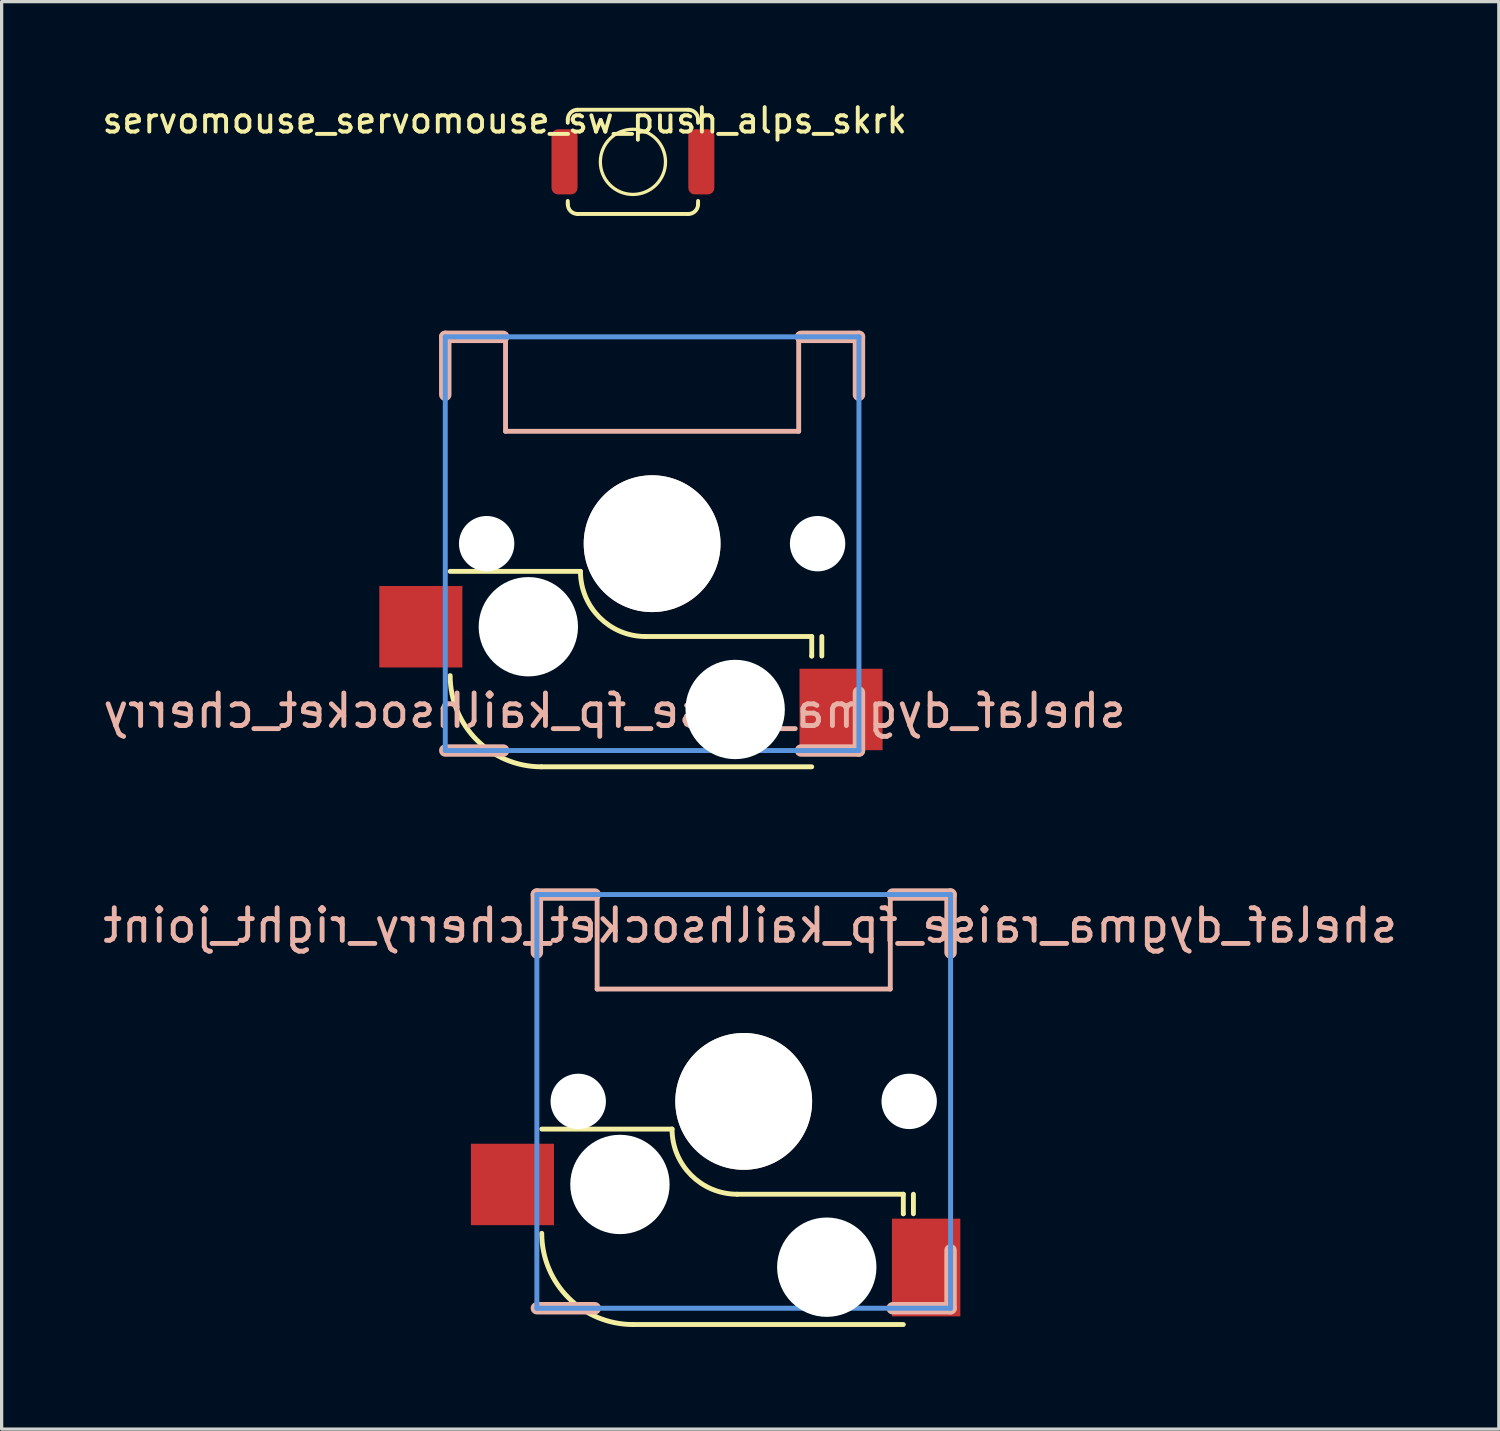
<source format=kicad_pcb>
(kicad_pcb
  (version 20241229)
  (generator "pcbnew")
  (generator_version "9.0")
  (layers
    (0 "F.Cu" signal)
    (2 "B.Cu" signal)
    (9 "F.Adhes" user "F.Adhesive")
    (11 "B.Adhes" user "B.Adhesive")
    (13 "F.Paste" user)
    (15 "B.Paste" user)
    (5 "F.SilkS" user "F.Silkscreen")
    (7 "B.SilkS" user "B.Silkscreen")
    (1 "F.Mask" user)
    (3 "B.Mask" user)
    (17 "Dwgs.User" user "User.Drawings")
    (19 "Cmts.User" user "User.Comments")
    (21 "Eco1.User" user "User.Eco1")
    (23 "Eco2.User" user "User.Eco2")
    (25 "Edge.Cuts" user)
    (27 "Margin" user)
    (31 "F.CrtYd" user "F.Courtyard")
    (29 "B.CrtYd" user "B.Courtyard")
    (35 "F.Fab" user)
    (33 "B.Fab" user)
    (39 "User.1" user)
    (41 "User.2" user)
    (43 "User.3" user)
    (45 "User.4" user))
  (footprint "shelaf_dygma_raise_fp_kailhsocket_cherry"
    (layer "F.Cu")
    (at 16.97 13.641)
    (property "Reference" "shelaf_dygma_raise_fp_kailhsocket_cherry" (at -1.155 5.128 0) (layer "B.SilkS") (effects (font (size 1 1) (thickness 0.15)) (justify mirror)))
    (attr smd)
    (fp_line (start -6.2 0.85) (end -2.2 0.85) (stroke (width 0.15) (type solid)) (layer "F.SilkS"))
    (fp_line (start 4.9 2.85) (end -0.2 2.85) (stroke (width 0.15) (type solid)) (layer "F.SilkS"))
    (fp_line (start 4.9 2.85) (end 4.9 3.45) (stroke (width 0.15) (type solid)) (layer "F.SilkS"))
    (fp_line (start 4.9 3.45) (end 4.9 3.45) (stroke (width 0.15) (type solid)) (layer "F.SilkS"))
    (fp_line (start 4.9 6.85) (end -3.4 6.85) (stroke (width 0.15) (type solid)) (layer "F.SilkS"))
    (fp_line (start 5.21 2.85) (end 5.21 3.45) (stroke (width 0.15) (type solid)) (layer "F.SilkS"))
    (fp_arc (start -3.4 6.85) (mid -5.379899 6.029899) (end -6.2 4.05) (stroke (width 0.15) (type solid)) (layer "F.SilkS"))
    (fp_arc (start -0.2 2.85) (mid -1.614214 2.264214) (end -2.2 0.85) (stroke (width 0.15) (type solid)) (layer "F.SilkS"))
    (fp_line (start -6.35 -6.35) (end -6.35 -4.572) (stroke (width 0.381) (type solid)) (layer "B.SilkS"))
    (fp_line (start -6.35 6.35) (end -4.572 6.35) (stroke (width 0.381) (type solid)) (layer "B.SilkS"))
    (fp_line (start -4.572 -6.35) (end -6.35 -6.35) (stroke (width 0.381) (type solid)) (layer "B.SilkS"))
    (fp_line (start -4.5 -6.35) (end -4.5 -6.35) (stroke (width 0.15) (type solid)) (layer "B.SilkS"))
    (fp_line (start -4.5 -3.45) (end -4.5 -6.35) (stroke (width 0.15) (type solid)) (layer "B.SilkS"))
    (fp_line (start -4.5 -3.45) (end 4.5 -3.45) (stroke (width 0.15) (type solid)) (layer "B.SilkS"))
    (fp_line (start 4.5 -6.4) (end 4.5 -6.4) (stroke (width 0.15) (type solid)) (layer "B.SilkS"))
    (fp_line (start 4.5 -3.45) (end 4.5 -6.4) (stroke (width 0.15) (type solid)) (layer "B.SilkS"))
    (fp_line (start 4.572 6.35) (end 6.35 6.35) (stroke (width 0.381) (type solid)) (layer "B.SilkS"))
    (fp_line (start 6.35 -6.35) (end 4.572 -6.35) (stroke (width 0.381) (type solid)) (layer "B.SilkS"))
    (fp_line (start 6.35 -4.572) (end 6.35 -6.35) (stroke (width 0.381) (type solid)) (layer "B.SilkS"))
    (fp_line (start 6.35 6.35) (end 6.35 4.572) (stroke (width 0.381) (type solid)) (layer "B.SilkS"))
    (fp_line (start -6.35 -6.35) (end -6.35 6.35) (stroke (width 0.152) (type solid)) (layer "Cmts.User"))
    (fp_line (start -6.35 6.35) (end 6.35 6.35) (stroke (width 0.152) (type solid)) (layer "Cmts.User"))
    (fp_line (start 6.35 -6.35) (end -6.35 -6.35) (stroke (width 0.152) (type solid)) (layer "Cmts.User"))
    (fp_line (start 6.35 6.35) (end 6.35 -6.35) (stroke (width 0.152) (type solid)) (layer "Cmts.User"))
    (fp_line (start -6.985 -6.985) (end -6.985 6.985) (stroke (width 0.152) (type solid)) (layer "Eco2.User"))
    (fp_line (start -6.985 6.985) (end 6.985 6.985) (stroke (width 0.152) (type solid)) (layer "Eco2.User"))
    (fp_line (start 6.985 -6.985) (end -6.985 -6.985) (stroke (width 0.152) (type solid)) (layer "Eco2.User"))
    (fp_line (start 6.985 6.985) (end 6.985 -6.985) (stroke (width 0.152) (type solid)) (layer "Eco2.User"))
    (pad "" np_thru_hole circle (at -5.08 0) (size 1.7 1.7) (drill 1.7) (layers "*.Cu" "*.Mask"))
    (pad "" np_thru_hole circle (at -3.8 2.55) (size 3.05 3.05) (drill 3.05) (layers "*.Cu" "*.Mask"))
    (pad "" np_thru_hole circle (at 0 0) (size 4.2 4.2) (drill 4.2) (layers "*.Cu" "*.Mask" "B.SilkS"))
    (pad "" np_thru_hole circle (at 2.55 5.09) (size 3.05 3.05) (drill 3.05) (layers "*.Cu" "*.Mask"))
    (pad "" np_thru_hole circle (at 5.08 0) (size 1.7 1.7) (drill 1.7) (layers "*.Cu" "*.Mask"))
    (pad "1" smd rect (at -7.1 2.55) (size 2.55 2.5) (layers "F.Cu" "F.Mask" "F.Paste"))
    (pad "2" smd rect (at 5.8 5.09) (size 2.55 2.5) (layers "F.Cu" "F.Mask" "F.Paste")))
  (footprint "servomouse_servomouse_sw_push_alps_skrk"
    (layer "F.Cu")
    (at 16.381 1.919)
    (property "Reference" "servomouse_servomouse_sw_push_alps_skrk" (at -3.937 -1.27 0) (layer "F.SilkS") (effects (font (size 0.75 0.75) (thickness 0.12))))
    (attr smd)
    (fp_line (start -2 -1.2) (end -2 -1.3) (stroke (width 0.12) (type solid)) (layer "F.SilkS"))
    (fp_line (start -2 1.3) (end -2 1.2) (stroke (width 0.12) (type solid)) (layer "F.SilkS"))
    (fp_line (start -1.7 -1.6) (end 1.7 -1.6) (stroke (width 0.12) (type solid)) (layer "F.SilkS"))
    (fp_line (start 1.7 1.6) (end -1.7 1.6) (stroke (width 0.12) (type solid)) (layer "F.SilkS"))
    (fp_line (start 2 -1.3) (end 2 -1.2) (stroke (width 0.12) (type solid)) (layer "F.SilkS"))
    (fp_line (start 2 1.2) (end 2 1.3) (stroke (width 0.12) (type solid)) (layer "F.SilkS"))
    (fp_arc (start -2 -1.3) (mid -1.912132 -1.512132) (end -1.7 -1.6) (stroke (width 0.12) (type solid)) (layer "F.SilkS"))
    (fp_arc (start -1.7 1.6) (mid -1.912132 1.512132) (end -2 1.3) (stroke (width 0.12) (type solid)) (layer "F.SilkS"))
    (fp_arc (start 1.7 -1.6) (mid 1.912132 -1.512132) (end 2 -1.3) (stroke (width 0.12) (type solid)) (layer "F.SilkS"))
    (fp_arc (start 2 1.3) (mid 1.912132 1.512132) (end 1.7 1.6) (stroke (width 0.12) (type solid)) (layer "F.SilkS"))
    (fp_circle (center 0 0) (end 1 0) (stroke (width 0.1) (type solid)) (fill no) (layer "F.SilkS"))
    (pad "1" smd roundrect (at -2.1 0) (size 0.8 2) (layers "F.Cu" "F.Mask" "F.Paste") (roundrect_rratio 0.25))
    (pad "2" smd roundrect (at 2.1 0) (size 0.8 2) (layers "F.Cu" "F.Mask" "F.Paste") (roundrect_rratio 0.25)))
  (footprint "shelaf_dygma_raise_fp_kailhsocket_cherry_right_joint"
    (layer "F.Cu")
    (at 19.782 30.763)
    (property "Reference" "shelaf_dygma_raise_fp_kailhsocket_cherry_right_joint" (at 0.2 -5.4 0) (layer "B.SilkS") (effects (font (size 1 1) (thickness 0.15)) (justify mirror)))
    (attr smd)
    (fp_line (start -6.2 0.85) (end -2.2 0.85) (stroke (width 0.15) (type solid)) (layer "F.SilkS"))
    (fp_line (start 4.9 2.85) (end -0.2 2.85) (stroke (width 0.15) (type solid)) (layer "F.SilkS"))
    (fp_line (start 4.9 2.85) (end 4.9 3.45) (stroke (width 0.15) (type solid)) (layer "F.SilkS"))
    (fp_line (start 4.9 3.45) (end 4.9 3.45) (stroke (width 0.15) (type solid)) (layer "F.SilkS"))
    (fp_line (start 4.9 6.85) (end -3.4 6.85) (stroke (width 0.15) (type solid)) (layer "F.SilkS"))
    (fp_line (start 5.21 2.85) (end 5.21 3.45) (stroke (width 0.15) (type solid)) (layer "F.SilkS"))
    (fp_arc (start -3.4 6.85) (mid -5.379899 6.029899) (end -6.2 4.05) (stroke (width 0.15) (type solid)) (layer "F.SilkS"))
    (fp_arc (start -0.2 2.85) (mid -1.614214 2.264214) (end -2.2 0.85) (stroke (width 0.15) (type solid)) (layer "F.SilkS"))
    (fp_line (start -6.35 -6.35) (end -6.35 -4.572) (stroke (width 0.381) (type solid)) (layer "B.SilkS"))
    (fp_line (start -6.35 6.35) (end -4.572 6.35) (stroke (width 0.381) (type solid)) (layer "B.SilkS"))
    (fp_line (start -4.572 -6.35) (end -6.35 -6.35) (stroke (width 0.381) (type solid)) (layer "B.SilkS"))
    (fp_line (start -4.5 -6.35) (end -4.5 -6.35) (stroke (width 0.15) (type solid)) (layer "B.SilkS"))
    (fp_line (start -4.5 -3.45) (end -4.5 -6.35) (stroke (width 0.15) (type solid)) (layer "B.SilkS"))
    (fp_line (start -4.5 -3.45) (end 4.5 -3.45) (stroke (width 0.15) (type solid)) (layer "B.SilkS"))
    (fp_line (start 4.5 -6.4) (end 4.5 -6.4) (stroke (width 0.15) (type solid)) (layer "B.SilkS"))
    (fp_line (start 4.5 -3.45) (end 4.5 -6.4) (stroke (width 0.15) (type solid)) (layer "B.SilkS"))
    (fp_line (start 4.572 6.35) (end 6.35 6.35) (stroke (width 0.381) (type solid)) (layer "B.SilkS"))
    (fp_line (start 6.35 -6.35) (end 4.572 -6.35) (stroke (width 0.381) (type solid)) (layer "B.SilkS"))
    (fp_line (start 6.35 -4.572) (end 6.35 -6.35) (stroke (width 0.381) (type solid)) (layer "B.SilkS"))
    (fp_line (start 6.35 6.35) (end 6.35 4.572) (stroke (width 0.381) (type solid)) (layer "B.SilkS"))
    (fp_line (start -6.35 -6.35) (end -6.35 6.35) (stroke (width 0.152) (type solid)) (layer "Cmts.User"))
    (fp_line (start -6.35 6.35) (end 6.35 6.35) (stroke (width 0.152) (type solid)) (layer "Cmts.User"))
    (fp_line (start 6.35 -6.35) (end -6.35 -6.35) (stroke (width 0.152) (type solid)) (layer "Cmts.User"))
    (fp_line (start 6.35 6.35) (end 6.35 -6.35) (stroke (width 0.152) (type solid)) (layer "Cmts.User"))
    (fp_line (start -6.985 -6.985) (end -6.985 6.985) (stroke (width 0.152) (type solid)) (layer "Eco2.User"))
    (fp_line (start -6.985 6.985) (end 6.985 6.985) (stroke (width 0.152) (type solid)) (layer "Eco2.User"))
    (fp_line (start 6.985 -6.985) (end -6.985 -6.985) (stroke (width 0.152) (type solid)) (layer "Eco2.User"))
    (fp_line (start 6.985 6.985) (end 6.985 -6.985) (stroke (width 0.152) (type solid)) (layer "Eco2.User"))
    (pad "" np_thru_hole circle (at -5.08 0) (size 1.7 1.7) (drill 1.7) (layers "*.Cu" "*.Mask"))
    (pad "" np_thru_hole circle (at -3.8 2.55) (size 3.05 3.05) (drill 3.05) (layers "*.Cu" "*.Mask"))
    (pad "" np_thru_hole circle (at 0 0) (size 4.2 4.2) (drill 4.2) (layers "*.Cu" "*.Mask" "B.SilkS"))
    (pad "" np_thru_hole circle (at 2.55 5.09) (size 3.05 3.05) (drill 3.05) (layers "*.Cu" "*.Mask"))
    (pad "" np_thru_hole circle (at 5.08 0) (size 1.7 1.7) (drill 1.7) (layers "*.Cu" "*.Mask"))
    (pad "1" smd rect (at -7.1 2.55) (size 2.55 2.5) (layers "F.Cu" "F.Mask" "F.Paste"))
    (pad "2" smd rect (at 5.6 5.1) (size 2.1 3) (layers "F.Cu" "F.Mask" "F.Paste")))
  (gr_rect
    (start -3 -3)
    (end 42.964 40.824)
    (stroke (width 0.1) (type default))
    (fill no)
    (layer "Edge.Cuts")))
</source>
